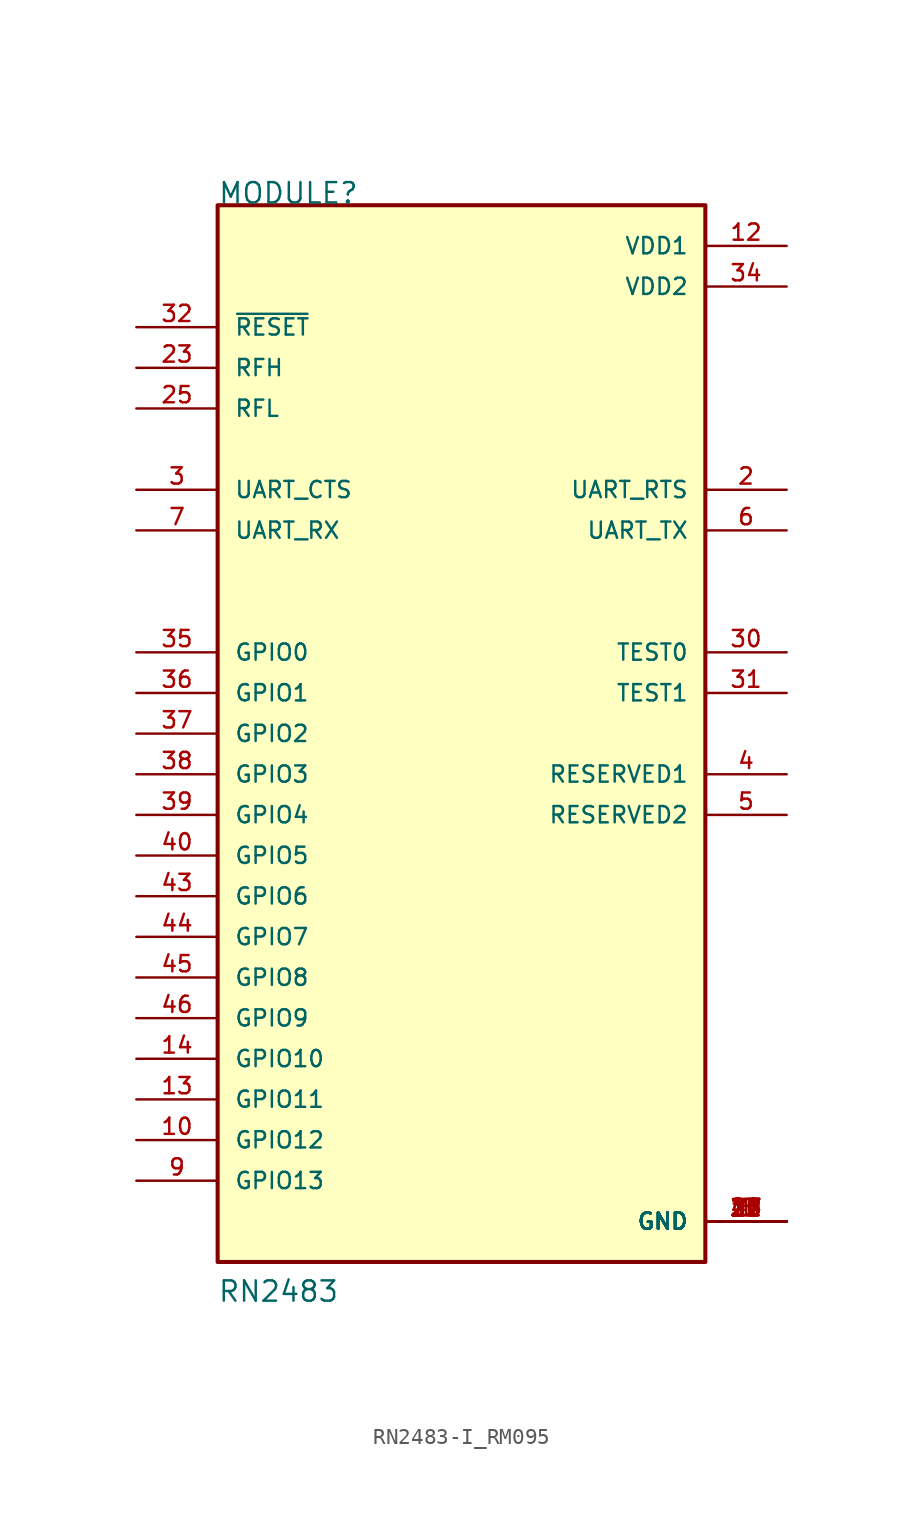
<source format=kicad_sym>
(kicad_symbol_lib
  (version 20231120)
  (generator "kicad_symbol_editor")
  (generator_version "8.0")
  (symbol "RN2483-I_RM095"
    (pin_names
      (offset 1.016))
    (property "Reference" "MODULE"
      (at -15.246 33.034 0)
      (effects (font (size 1.27 1.27)) (justify left bottom)))
    (property "Value" "RN2483"
      (at -15.258 -35.601 0)
      (effects (font (size 1.27 1.27)) (justify left bottom)))
    (symbol "RN2483-I_RM095_0_0"
      (rectangle (start -15.24 -33.02) (end 15.24 33.02) (stroke (width 0.254) (type default)) (fill (type background)))
      (pin passive line (at 20.32 -30.48 180) (length 5.08) (name "GND" (effects (font (size 1.016 1.016)))) (number "1" (effects (font (size 1.016 1.016)))))
      (pin bidirectional line (at -20.32 -25.4 0) (length 5.08) (name "GPIO12" (effects (font (size 1.016 1.016)))) (number "10" (effects (font (size 1.016 1.016)))))
      (pin passive line (at 20.32 -30.48 180) (length 5.08) (name "GND" (effects (font (size 1.016 1.016)))) (number "11" (effects (font (size 1.016 1.016)))))
      (pin power_in line (at 20.32 30.48 180) (length 5.08) (name "VDD1" (effects (font (size 1.016 1.016)))) (number "12" (effects (font (size 1.016 1.016)))))
      (pin bidirectional line (at -20.32 -22.86 0) (length 5.08) (name "GPIO11" (effects (font (size 1.016 1.016)))) (number "13" (effects (font (size 1.016 1.016)))))
      (pin bidirectional line (at -20.32 -20.32 0) (length 5.08) (name "GPIO10" (effects (font (size 1.016 1.016)))) (number "14" (effects (font (size 1.016 1.016)))))
      (pin output line (at 20.32 15.24 180) (length 5.08) (name "UART_RTS" (effects (font (size 1.016 1.016)))) (number "2" (effects (font (size 1.016 1.016)))))
      (pin passive line (at 20.32 -30.48 180) (length 5.08) (name "GND" (effects (font (size 1.016 1.016)))) (number "20" (effects (font (size 1.016 1.016)))))
      (pin passive line (at 20.32 -30.48 180) (length 5.08) (name "GND" (effects (font (size 1.016 1.016)))) (number "21" (effects (font (size 1.016 1.016)))))
      (pin passive line (at 20.32 -30.48 180) (length 5.08) (name "GND" (effects (font (size 1.016 1.016)))) (number "22" (effects (font (size 1.016 1.016)))))
      (pin input line (at -20.32 22.86 0) (length 5.08) (name "RFH" (effects (font (size 1.016 1.016)))) (number "23" (effects (font (size 1.016 1.016)))))
      (pin passive line (at 20.32 -30.48 180) (length 5.08) (name "GND" (effects (font (size 1.016 1.016)))) (number "24" (effects (font (size 1.016 1.016)))))
      (pin input line (at -20.32 20.32 0) (length 5.08) (name "RFL" (effects (font (size 1.016 1.016)))) (number "25" (effects (font (size 1.016 1.016)))))
      (pin passive line (at 20.32 -30.48 180) (length 5.08) (name "GND" (effects (font (size 1.016 1.016)))) (number "26" (effects (font (size 1.016 1.016)))))
      (pin passive line (at 20.32 -30.48 180) (length 5.08) (name "GND" (effects (font (size 1.016 1.016)))) (number "27" (effects (font (size 1.016 1.016)))))
      (pin passive line (at 20.32 -30.48 180) (length 5.08) (name "GND" (effects (font (size 1.016 1.016)))) (number "28" (effects (font (size 1.016 1.016)))))
      (pin input line (at -20.32 15.24 0) (length 5.08) (name "UART_CTS" (effects (font (size 1.016 1.016)))) (number "3" (effects (font (size 1.016 1.016)))))
      (pin passive line (at 20.32 5.08 180) (length 5.08) (name "TEST0" (effects (font (size 1.016 1.016)))) (number "30" (effects (font (size 1.016 1.016)))))
      (pin passive line (at 20.32 2.54 180) (length 5.08) (name "TEST1" (effects (font (size 1.016 1.016)))) (number "31" (effects (font (size 1.016 1.016)))))
      (pin input line (at -20.32 25.4 0) (length 5.08) (name "~{RESET}" (effects (font (size 1.016 1.016)))) (number "32" (effects (font (size 1.016 1.016)))))
      (pin passive line (at 20.32 -30.48 180) (length 5.08) (name "GND" (effects (font (size 1.016 1.016)))) (number "33" (effects (font (size 1.016 1.016)))))
      (pin power_in line (at 20.32 27.94 180) (length 5.08) (name "VDD2" (effects (font (size 1.016 1.016)))) (number "34" (effects (font (size 1.016 1.016)))))
      (pin bidirectional line (at -20.32 5.08 0) (length 5.08) (name "GPIO0" (effects (font (size 1.016 1.016)))) (number "35" (effects (font (size 1.016 1.016)))))
      (pin bidirectional line (at -20.32 2.54 0) (length 5.08) (name "GPIO1" (effects (font (size 1.016 1.016)))) (number "36" (effects (font (size 1.016 1.016)))))
      (pin bidirectional line (at -20.32 0 0) (length 5.08) (name "GPIO2" (effects (font (size 1.016 1.016)))) (number "37" (effects (font (size 1.016 1.016)))))
      (pin bidirectional line (at -20.32 -2.54 0) (length 5.08) (name "GPIO3" (effects (font (size 1.016 1.016)))) (number "38" (effects (font (size 1.016 1.016)))))
      (pin bidirectional line (at -20.32 -5.08 0) (length 5.08) (name "GPIO4" (effects (font (size 1.016 1.016)))) (number "39" (effects (font (size 1.016 1.016)))))
      (pin passive line (at 20.32 -2.54 180) (length 5.08) (name "RESERVED1" (effects (font (size 1.016 1.016)))) (number "4" (effects (font (size 1.016 1.016)))))
      (pin bidirectional line (at -20.32 -7.62 0) (length 5.08) (name "GPIO5" (effects (font (size 1.016 1.016)))) (number "40" (effects (font (size 1.016 1.016)))))
      (pin passive line (at 20.32 -30.48 180) (length 5.08) (name "GND" (effects (font (size 1.016 1.016)))) (number "41" (effects (font (size 1.016 1.016)))))
      (pin bidirectional line (at -20.32 -10.16 0) (length 5.08) (name "GPIO6" (effects (font (size 1.016 1.016)))) (number "43" (effects (font (size 1.016 1.016)))))
      (pin bidirectional line (at -20.32 -12.7 0) (length 5.08) (name "GPIO7" (effects (font (size 1.016 1.016)))) (number "44" (effects (font (size 1.016 1.016)))))
      (pin bidirectional line (at -20.32 -15.24 0) (length 5.08) (name "GPIO8" (effects (font (size 1.016 1.016)))) (number "45" (effects (font (size 1.016 1.016)))))
      (pin bidirectional line (at -20.32 -17.78 0) (length 5.08) (name "GPIO9" (effects (font (size 1.016 1.016)))) (number "46" (effects (font (size 1.016 1.016)))))
      (pin passive line (at 20.32 -30.48 180) (length 5.08) (name "GND" (effects (font (size 1.016 1.016)))) (number "47" (effects (font (size 1.016 1.016)))))
      (pin passive line (at 20.32 -5.08 180) (length 5.08) (name "RESERVED2" (effects (font (size 1.016 1.016)))) (number "5" (effects (font (size 1.016 1.016)))))
      (pin output line (at 20.32 12.7 180) (length 5.08) (name "UART_TX" (effects (font (size 1.016 1.016)))) (number "6" (effects (font (size 1.016 1.016)))))
      (pin input line (at -20.32 12.7 0) (length 5.08) (name "UART_RX" (effects (font (size 1.016 1.016)))) (number "7" (effects (font (size 1.016 1.016)))))
      (pin passive line (at 20.32 -30.48 180) (length 5.08) (name "GND" (effects (font (size 1.016 1.016)))) (number "8" (effects (font (size 1.016 1.016)))))
      (pin bidirectional line (at -20.32 -27.94 0) (length 5.08) (name "GPIO13" (effects (font (size 1.016 1.016)))) (number "9" (effects (font (size 1.016 1.016))))))))
</source>
